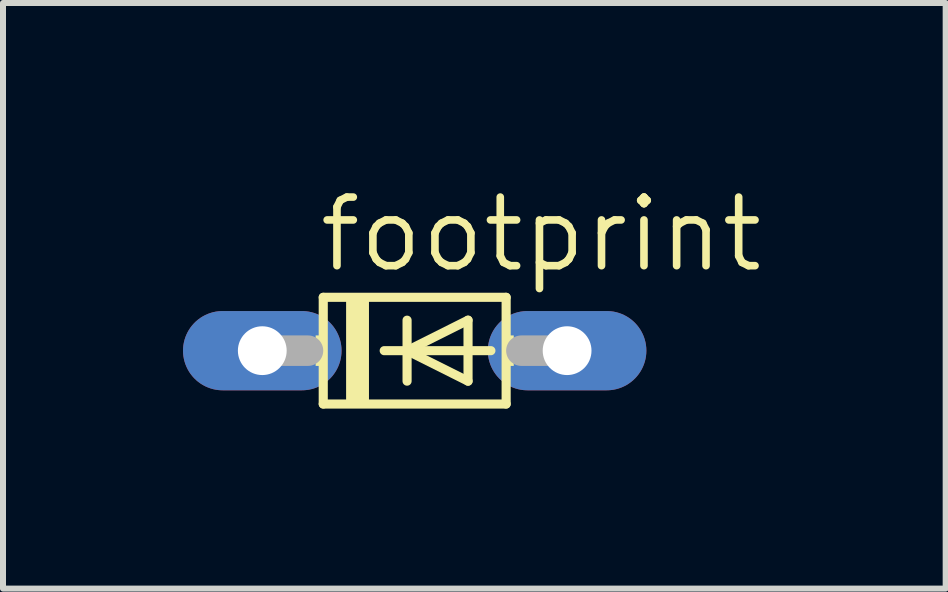
<source format=kicad_pcb>
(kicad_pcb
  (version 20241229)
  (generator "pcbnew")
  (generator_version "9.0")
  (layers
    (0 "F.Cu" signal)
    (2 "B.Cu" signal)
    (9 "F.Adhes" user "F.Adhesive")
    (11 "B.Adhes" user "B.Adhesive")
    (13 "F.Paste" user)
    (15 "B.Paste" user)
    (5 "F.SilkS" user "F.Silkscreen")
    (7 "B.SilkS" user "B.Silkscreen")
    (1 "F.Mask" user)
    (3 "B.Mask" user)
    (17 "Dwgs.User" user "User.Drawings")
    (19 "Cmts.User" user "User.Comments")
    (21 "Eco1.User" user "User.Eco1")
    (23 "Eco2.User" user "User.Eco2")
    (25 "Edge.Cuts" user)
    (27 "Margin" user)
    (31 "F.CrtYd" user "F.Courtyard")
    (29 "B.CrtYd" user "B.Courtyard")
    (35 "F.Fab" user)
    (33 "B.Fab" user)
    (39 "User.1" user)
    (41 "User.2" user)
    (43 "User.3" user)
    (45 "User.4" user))
  (footprint "footprint"
    (layer "F.Cu")
    (at 3.861 2.794)
    (property "Reference" "footprint" (at -1.651 -1.27 0) (layer "F.SilkS") (effects (font (size 1.143 1.143) (thickness 0.127)) (justify left bottom)))
    (fp_line (start -1.524 -0.889) (end -1.524 0.889) (stroke (width 0.152) (type solid)) (layer "F.SilkS"))
    (fp_line (start -1.524 0.889) (end 1.524 0.889) (stroke (width 0.152) (type solid)) (layer "F.SilkS"))
    (fp_line (start -0.508 0) (end -0.127 0) (stroke (width 0.152) (type solid)) (layer "F.SilkS"))
    (fp_line (start -0.127 -0.508) (end -0.127 0) (stroke (width 0.152) (type solid)) (layer "F.SilkS"))
    (fp_line (start -0.127 0) (end -0.127 0.508) (stroke (width 0.152) (type solid)) (layer "F.SilkS"))
    (fp_line (start -0.127 0) (end 0.889 -0.508) (stroke (width 0.152) (type solid)) (layer "F.SilkS"))
    (fp_line (start -0.127 0) (end 1.27 0) (stroke (width 0.152) (type solid)) (layer "F.SilkS"))
    (fp_line (start 0.889 -0.508) (end 0.889 0.508) (stroke (width 0.152) (type solid)) (layer "F.SilkS"))
    (fp_line (start 0.889 0.508) (end -0.127 0) (stroke (width 0.152) (type solid)) (layer "F.SilkS"))
    (fp_line (start 1.524 -0.889) (end -1.524 -0.889) (stroke (width 0.152) (type solid)) (layer "F.SilkS"))
    (fp_line (start 1.524 0.889) (end 1.524 -0.889) (stroke (width 0.152) (type solid)) (layer "F.SilkS"))
    (fp_poly (pts (xy -1.651 0.254) (xy -1.524 0.254) (xy -1.524 -0.254) (xy -1.651 -0.254)) (stroke (width 0) (type solid)) (fill yes) (layer "F.SilkS"))
    (fp_poly (pts (xy -1.143 0.889) (xy -0.762 0.889) (xy -0.762 -0.889) (xy -1.143 -0.889)) (stroke (width 0) (type solid)) (fill yes) (layer "F.SilkS"))
    (fp_poly (pts (xy 1.524 0.254) (xy 1.651 0.254) (xy 1.651 -0.254) (xy 1.524 -0.254)) (stroke (width 0) (type solid)) (fill yes) (layer "F.SilkS"))
    (fp_line (start -2.54 0) (end -1.778 0) (stroke (width 0.508) (type solid)) (layer "F.Fab"))
    (fp_line (start 2.54 0) (end 1.778 0) (stroke (width 0.508) (type solid)) (layer "F.Fab"))
    (pad "A" thru_hole oval (at 2.54 0) (size 2.642 1.321) (drill 0.813) (layers "*.Cu" "*.Mask"))
    (pad "C" thru_hole oval (at -2.54 0) (size 2.642 1.321) (drill 0.813) (layers "*.Cu" "*.Mask")))
  (gr_rect
    (start -3 -3)
    (end 12.71 6.759)
    (stroke (width 0.1) (type default))
    (fill no)
    (layer "Edge.Cuts")))
</source>
